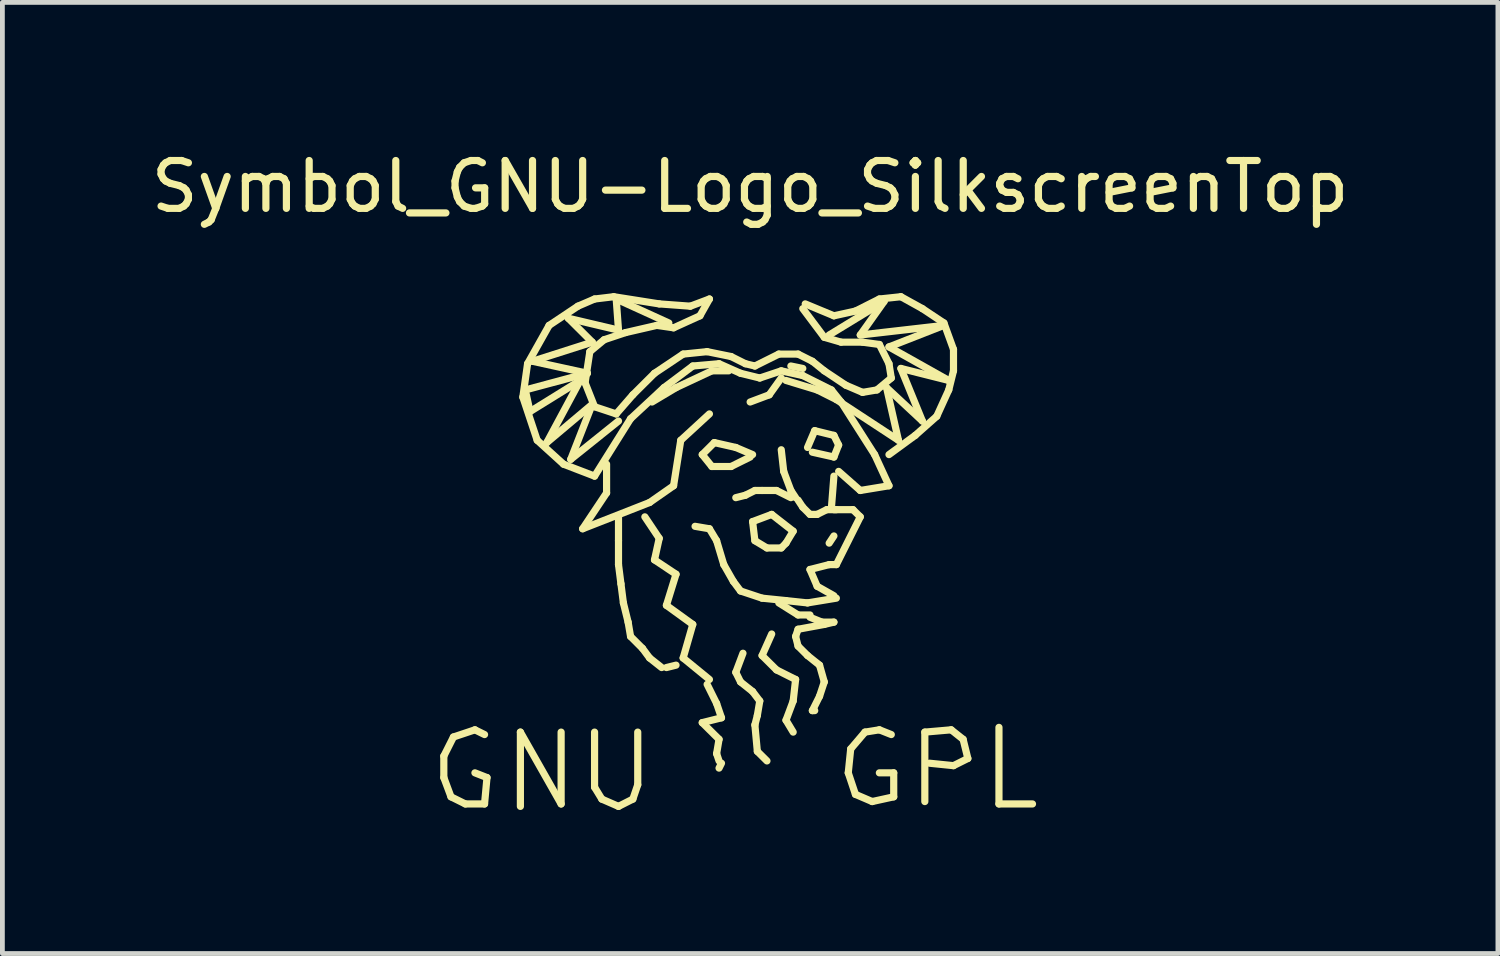
<source format=kicad_pcb>
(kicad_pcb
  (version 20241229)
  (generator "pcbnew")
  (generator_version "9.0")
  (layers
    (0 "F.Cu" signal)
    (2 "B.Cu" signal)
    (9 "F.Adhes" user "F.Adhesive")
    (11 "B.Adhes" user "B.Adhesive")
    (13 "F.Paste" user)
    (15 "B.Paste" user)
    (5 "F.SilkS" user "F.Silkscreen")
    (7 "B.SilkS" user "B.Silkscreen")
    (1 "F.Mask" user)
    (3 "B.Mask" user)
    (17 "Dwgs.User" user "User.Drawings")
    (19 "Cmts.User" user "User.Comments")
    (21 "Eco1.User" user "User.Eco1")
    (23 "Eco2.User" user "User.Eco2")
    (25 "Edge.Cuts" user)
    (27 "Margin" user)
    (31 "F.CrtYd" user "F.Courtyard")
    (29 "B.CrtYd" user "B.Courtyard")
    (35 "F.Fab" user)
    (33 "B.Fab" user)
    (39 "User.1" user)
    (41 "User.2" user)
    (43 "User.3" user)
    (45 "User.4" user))
  (footprint "Symbol_GNU-Logo_SilkscreenTop"
    (layer "F.Cu")
    (at 12.625 6.899)
    (property "Reference" "Symbol_GNU-Logo_SilkscreenTop" (at 0 -6.05 0) (layer "F.SilkS") (effects (font (size 1 1) (thickness 0.15))))
    (attr exclude_from_pos_files exclude_from_bom)
    (fp_line (start -6.401 5.85) (end -6.401 6.299) (stroke (width 0.15) (type solid)) (layer "F.SilkS"))
    (fp_line (start -6.401 6.299) (end -6.251 6.701) (stroke (width 0.15) (type solid)) (layer "F.SilkS"))
    (fp_line (start -6.251 6.701) (end -5.951 6.85) (stroke (width 0.15) (type solid)) (layer "F.SilkS"))
    (fp_line (start -6.2 5.451) (end -6.401 5.85) (stroke (width 0.15) (type solid)) (layer "F.SilkS"))
    (fp_line (start -5.951 6.85) (end -5.55 6.85) (stroke (width 0.15) (type solid)) (layer "F.SilkS"))
    (fp_line (start -5.751 5.301) (end -6.2 5.451) (stroke (width 0.15) (type solid)) (layer "F.SilkS"))
    (fp_line (start -5.55 5.4) (end -5.751 5.301) (stroke (width 0.15) (type solid)) (layer "F.SilkS"))
    (fp_line (start -5.55 6.85) (end -5.499 6.299) (stroke (width 0.15) (type solid)) (layer "F.SilkS"))
    (fp_line (start -5.499 6.299) (end -5.751 6.2) (stroke (width 0.15) (type solid)) (layer "F.SilkS"))
    (fp_line (start -4.801 5.349) (end -3.95 6.85) (stroke (width 0.15) (type solid)) (layer "F.SilkS"))
    (fp_line (start -4.801 6.901) (end -4.801 5.349) (stroke (width 0.15) (type solid)) (layer "F.SilkS"))
    (fp_line (start -4.75 -1.651) (end -4.45 -0.749) (stroke (width 0.15) (type solid)) (layer "F.SilkS"))
    (fp_line (start -4.699 -1.801) (end -3.401 -2.149) (stroke (width 0.15) (type solid)) (layer "F.SilkS"))
    (fp_line (start -4.651 -2.349) (end -4.75 -1.651) (stroke (width 0.15) (type solid)) (layer "F.SilkS"))
    (fp_line (start -4.6 -1.349) (end -4.699 -1.801) (stroke (width 0.15) (type solid)) (layer "F.SilkS"))
    (fp_line (start -4.549 -2.4) (end -3.299 -2.799) (stroke (width 0.15) (type solid)) (layer "F.SilkS"))
    (fp_line (start -4.45 -0.749) (end -3.899 -0.249) (stroke (width 0.15) (type solid)) (layer "F.SilkS"))
    (fp_line (start -4.249 -0.701) (end -3.551 -1.999) (stroke (width 0.15) (type solid)) (layer "F.SilkS"))
    (fp_line (start -4.201 -3.15) (end -4.651 -2.349) (stroke (width 0.15) (type solid)) (layer "F.SilkS"))
    (fp_line (start -3.95 6.85) (end -3.95 5.349) (stroke (width 0.15) (type solid)) (layer "F.SilkS"))
    (fp_line (start -3.899 -0.249) (end -3.251 0) (stroke (width 0.15) (type solid)) (layer "F.SilkS"))
    (fp_line (start -3.8 -3.299) (end -2.751 -3.051) (stroke (width 0.15) (type solid)) (layer "F.SilkS"))
    (fp_line (start -3.749 -0.351) (end -3.299 -1.501) (stroke (width 0.15) (type solid)) (layer "F.SilkS"))
    (fp_line (start -3.599 -3.551) (end -4.201 -3.15) (stroke (width 0.15) (type solid)) (layer "F.SilkS"))
    (fp_line (start -3.551 -1.999) (end -4.6 -1.349) (stroke (width 0.15) (type solid)) (layer "F.SilkS"))
    (fp_line (start -3.5 1.1) (end -2.101 0.551) (stroke (width 0.15) (type solid)) (layer "F.SilkS"))
    (fp_line (start -3.449 -1.951) (end -3.35 -2.601) (stroke (width 0.15) (type solid)) (layer "F.SilkS"))
    (fp_line (start -3.401 -2.149) (end -4.549 -2.4) (stroke (width 0.15) (type solid)) (layer "F.SilkS"))
    (fp_line (start -3.35 -2.601) (end -3.051 -2.85) (stroke (width 0.15) (type solid)) (layer "F.SilkS"))
    (fp_line (start -3.299 -2.799) (end -3.8 -3.299) (stroke (width 0.15) (type solid)) (layer "F.SilkS"))
    (fp_line (start -3.299 -1.501) (end -4.249 -0.701) (stroke (width 0.15) (type solid)) (layer "F.SilkS"))
    (fp_line (start -3.251 -3.701) (end -3.599 -3.551) (stroke (width 0.15) (type solid)) (layer "F.SilkS"))
    (fp_line (start -3.251 -1.45) (end -3.449 -1.951) (stroke (width 0.15) (type solid)) (layer "F.SilkS"))
    (fp_line (start -3.251 0) (end -2.499 -1.199) (stroke (width 0.15) (type solid)) (layer "F.SilkS"))
    (fp_line (start -3.251 5.349) (end -3.251 6.5) (stroke (width 0.15) (type solid)) (layer "F.SilkS"))
    (fp_line (start -3.251 6.5) (end -3.099 6.749) (stroke (width 0.15) (type solid)) (layer "F.SilkS"))
    (fp_line (start -3.099 6.749) (end -2.751 6.901) (stroke (width 0.15) (type solid)) (layer "F.SilkS"))
    (fp_line (start -3.051 -2.85) (end -2.601 -3) (stroke (width 0.15) (type solid)) (layer "F.SilkS"))
    (fp_line (start -3 -0.249) (end -3 0.351) (stroke (width 0.15) (type solid)) (layer "F.SilkS"))
    (fp_line (start -3 0.351) (end -3.5 1.1) (stroke (width 0.15) (type solid)) (layer "F.SilkS"))
    (fp_line (start -2.85 -3.749) (end -3.251 -3.701) (stroke (width 0.15) (type solid)) (layer "F.SilkS"))
    (fp_line (start -2.799 -3.701) (end -1.699 -3.2) (stroke (width 0.15) (type solid)) (layer "F.SilkS"))
    (fp_line (start -2.799 -1.3) (end -3.251 -1.45) (stroke (width 0.15) (type solid)) (layer "F.SilkS"))
    (fp_line (start -2.751 -3.051) (end -2.799 -3.701) (stroke (width 0.15) (type solid)) (layer "F.SilkS"))
    (fp_line (start -2.751 -1.151) (end -3.749 -0.351) (stroke (width 0.15) (type solid)) (layer "F.SilkS"))
    (fp_line (start -2.751 1.349) (end -2.751 0.851) (stroke (width 0.15) (type solid)) (layer "F.SilkS"))
    (fp_line (start -2.751 1.849) (end -2.751 1.349) (stroke (width 0.15) (type solid)) (layer "F.SilkS"))
    (fp_line (start -2.751 6.901) (end -2.451 6.749) (stroke (width 0.15) (type solid)) (layer "F.SilkS"))
    (fp_line (start -2.7 2.25) (end -2.751 1.849) (stroke (width 0.15) (type solid)) (layer "F.SilkS"))
    (fp_line (start -2.649 2.649) (end -2.7 2.25) (stroke (width 0.15) (type solid)) (layer "F.SilkS"))
    (fp_line (start -2.601 -3) (end -1.951 -3.15) (stroke (width 0.15) (type solid)) (layer "F.SilkS"))
    (fp_line (start -2.55 3.051) (end -2.649 2.649) (stroke (width 0.15) (type solid)) (layer "F.SilkS"))
    (fp_line (start -2.499 -1.199) (end -1.801 -1.849) (stroke (width 0.15) (type solid)) (layer "F.SilkS"))
    (fp_line (start -2.499 3.35) (end -2.55 3.051) (stroke (width 0.15) (type solid)) (layer "F.SilkS"))
    (fp_line (start -2.451 -1.699) (end -2.799 -1.3) (stroke (width 0.15) (type solid)) (layer "F.SilkS"))
    (fp_line (start -2.451 6.749) (end -2.349 6.449) (stroke (width 0.15) (type solid)) (layer "F.SilkS"))
    (fp_line (start -2.349 6.449) (end -2.349 5.349) (stroke (width 0.15) (type solid)) (layer "F.SilkS"))
    (fp_line (start -2.25 3.599) (end -2.499 3.35) (stroke (width 0.15) (type solid)) (layer "F.SilkS"))
    (fp_line (start -2.2 0.851) (end -1.9 1.3) (stroke (width 0.15) (type solid)) (layer "F.SilkS"))
    (fp_line (start -2.101 0.551) (end -1.6 0.201) (stroke (width 0.15) (type solid)) (layer "F.SilkS"))
    (fp_line (start -2.101 3.8) (end -2.25 3.599) (stroke (width 0.15) (type solid)) (layer "F.SilkS"))
    (fp_line (start -2.05 -1.549) (end -1.549 -1.849) (stroke (width 0.15) (type solid)) (layer "F.SilkS"))
    (fp_line (start -1.999 -2.149) (end -2.451 -1.699) (stroke (width 0.15) (type solid)) (layer "F.SilkS"))
    (fp_line (start -1.999 1.75) (end -1.549 2.05) (stroke (width 0.15) (type solid)) (layer "F.SilkS"))
    (fp_line (start -1.951 -3.15) (end -1.6 -3.099) (stroke (width 0.15) (type solid)) (layer "F.SilkS"))
    (fp_line (start -1.9 -3.599) (end -2.85 -3.749) (stroke (width 0.15) (type solid)) (layer "F.SilkS"))
    (fp_line (start -1.9 1.3) (end -1.999 1.75) (stroke (width 0.15) (type solid)) (layer "F.SilkS"))
    (fp_line (start -1.849 4) (end -2.101 3.8) (stroke (width 0.15) (type solid)) (layer "F.SilkS"))
    (fp_line (start -1.801 -1.849) (end -1.199 -2.301) (stroke (width 0.15) (type solid)) (layer "F.SilkS"))
    (fp_line (start -1.75 2.7) (end -1.199 3.099) (stroke (width 0.15) (type solid)) (layer "F.SilkS"))
    (fp_line (start -1.75 4) (end -1.549 3.95) (stroke (width 0.15) (type solid)) (layer "F.SilkS"))
    (fp_line (start -1.6 -3.099) (end -1.049 -3.35) (stroke (width 0.15) (type solid)) (layer "F.SilkS"))
    (fp_line (start -1.6 0.201) (end -1.45 -0.749) (stroke (width 0.15) (type solid)) (layer "F.SilkS"))
    (fp_line (start -1.549 -1.849) (end -0.8 -2.2) (stroke (width 0.15) (type solid)) (layer "F.SilkS"))
    (fp_line (start -1.549 2.05) (end -1.75 2.7) (stroke (width 0.15) (type solid)) (layer "F.SilkS"))
    (fp_line (start -1.45 -0.749) (end -0.851 -1.3) (stroke (width 0.15) (type solid)) (layer "F.SilkS"))
    (fp_line (start -1.4 -2.55) (end -1.999 -2.149) (stroke (width 0.15) (type solid)) (layer "F.SilkS"))
    (fp_line (start -1.4 3.8) (end -0.851 4.249) (stroke (width 0.15) (type solid)) (layer "F.SilkS"))
    (fp_line (start -1.25 -3.551) (end -1.9 -3.599) (stroke (width 0.15) (type solid)) (layer "F.SilkS"))
    (fp_line (start -1.199 -2.301) (end -0.65 -2.349) (stroke (width 0.15) (type solid)) (layer "F.SilkS"))
    (fp_line (start -1.199 3.099) (end -1.4 3.8) (stroke (width 0.15) (type solid)) (layer "F.SilkS"))
    (fp_line (start -1.049 -3.35) (end -0.851 -3.701) (stroke (width 0.15) (type solid)) (layer "F.SilkS"))
    (fp_line (start -1.001 -0.45) (end -0.8 -0.201) (stroke (width 0.15) (type solid)) (layer "F.SilkS"))
    (fp_line (start -1.001 5.151) (end -0.65 5.499) (stroke (width 0.15) (type solid)) (layer "F.SilkS"))
    (fp_line (start -0.899 -2.601) (end -1.4 -2.55) (stroke (width 0.15) (type solid)) (layer "F.SilkS"))
    (fp_line (start -0.899 4.351) (end -0.701 4.75) (stroke (width 0.15) (type solid)) (layer "F.SilkS"))
    (fp_line (start -0.851 -3.701) (end -1.25 -3.551) (stroke (width 0.15) (type solid)) (layer "F.SilkS"))
    (fp_line (start -0.851 1.1) (end -1.151 1.049) (stroke (width 0.15) (type solid)) (layer "F.SilkS"))
    (fp_line (start -0.8 -2.2) (end -0.45 -2.2) (stroke (width 0.15) (type solid)) (layer "F.SilkS"))
    (fp_line (start -0.8 -0.201) (end -0.399 -0.201) (stroke (width 0.15) (type solid)) (layer "F.SilkS"))
    (fp_line (start -0.749 -0.701) (end -1.001 -0.45) (stroke (width 0.15) (type solid)) (layer "F.SilkS"))
    (fp_line (start -0.701 1.349) (end -0.851 1.1) (stroke (width 0.15) (type solid)) (layer "F.SilkS"))
    (fp_line (start -0.701 4.75) (end -0.599 5.05) (stroke (width 0.15) (type solid)) (layer "F.SilkS"))
    (fp_line (start -0.701 5.799) (end -0.65 5.951) (stroke (width 0.15) (type solid)) (layer "F.SilkS"))
    (fp_line (start -0.65 -2.349) (end -0.201 -2.149) (stroke (width 0.15) (type solid)) (layer "F.SilkS"))
    (fp_line (start -0.65 5.499) (end -0.701 5.799) (stroke (width 0.15) (type solid)) (layer "F.SilkS"))
    (fp_line (start -0.599 5.05) (end -1.001 5.151) (stroke (width 0.15) (type solid)) (layer "F.SilkS"))
    (fp_line (start -0.599 5.999) (end -0.65 6.101) (stroke (width 0.15) (type solid)) (layer "F.SilkS"))
    (fp_line (start -0.551 1.849) (end -0.701 1.349) (stroke (width 0.15) (type solid)) (layer "F.SilkS"))
    (fp_line (start -0.399 -2.499) (end -0.899 -2.601) (stroke (width 0.15) (type solid)) (layer "F.SilkS"))
    (fp_line (start -0.399 -0.201) (end 0 -0.399) (stroke (width 0.15) (type solid)) (layer "F.SilkS"))
    (fp_line (start -0.351 2.2) (end -0.551 1.849) (stroke (width 0.15) (type solid)) (layer "F.SilkS"))
    (fp_line (start -0.3 -0.599) (end -0.749 -0.701) (stroke (width 0.15) (type solid)) (layer "F.SilkS"))
    (fp_line (start -0.3 4.1) (end -0.201 4.3) (stroke (width 0.15) (type solid)) (layer "F.SilkS"))
    (fp_line (start -0.201 -2.149) (end 0.201 -2.05) (stroke (width 0.15) (type solid)) (layer "F.SilkS"))
    (fp_line (start -0.201 2.4) (end -0.351 2.2) (stroke (width 0.15) (type solid)) (layer "F.SilkS"))
    (fp_line (start -0.201 4.3) (end 0.051 4.501) (stroke (width 0.15) (type solid)) (layer "F.SilkS"))
    (fp_line (start -0.15 3.701) (end -0.3 4.1) (stroke (width 0.15) (type solid)) (layer "F.SilkS"))
    (fp_line (start -0.099 -2.349) (end -0.399 -2.499) (stroke (width 0.15) (type solid)) (layer "F.SilkS"))
    (fp_line (start -0.099 0.399) (end -0.3 0.45) (stroke (width 0.15) (type solid)) (layer "F.SilkS"))
    (fp_line (start 0 -1.549) (end 0.399 -1.699) (stroke (width 0.15) (type solid)) (layer "F.SilkS"))
    (fp_line (start 0.051 -0.45) (end -0.3 -0.599) (stroke (width 0.15) (type solid)) (layer "F.SilkS"))
    (fp_line (start 0.051 0.95) (end 0.099 1.349) (stroke (width 0.15) (type solid)) (layer "F.SilkS"))
    (fp_line (start 0.051 4.501) (end 0.201 4.699) (stroke (width 0.15) (type solid)) (layer "F.SilkS"))
    (fp_line (start 0.099 -2.301) (end -0.099 -2.349) (stroke (width 0.15) (type solid)) (layer "F.SilkS"))
    (fp_line (start 0.099 0.3) (end -0.099 0.399) (stroke (width 0.15) (type solid)) (layer "F.SilkS"))
    (fp_line (start 0.099 1.349) (end 0.351 1.501) (stroke (width 0.15) (type solid)) (layer "F.SilkS"))
    (fp_line (start 0.099 5.199) (end 0.15 5.751) (stroke (width 0.15) (type solid)) (layer "F.SilkS"))
    (fp_line (start 0.15 5.001) (end 0.099 5.199) (stroke (width 0.15) (type solid)) (layer "F.SilkS"))
    (fp_line (start 0.15 5.751) (end 0.351 5.951) (stroke (width 0.15) (type solid)) (layer "F.SilkS"))
    (fp_line (start 0.201 -2.05) (end 0.65 -2.2) (stroke (width 0.15) (type solid)) (layer "F.SilkS"))
    (fp_line (start 0.201 4.699) (end 0.15 5.001) (stroke (width 0.15) (type solid)) (layer "F.SilkS"))
    (fp_line (start 0.249 0.3) (end 0.099 0.3) (stroke (width 0.15) (type solid)) (layer "F.SilkS"))
    (fp_line (start 0.249 2.55) (end -0.201 2.4) (stroke (width 0.15) (type solid)) (layer "F.SilkS"))
    (fp_line (start 0.249 3.749) (end 0.551 4.049) (stroke (width 0.15) (type solid)) (layer "F.SilkS"))
    (fp_line (start 0.351 1.501) (end 0.65 1.501) (stroke (width 0.15) (type solid)) (layer "F.SilkS"))
    (fp_line (start 0.399 -1.699) (end 0.65 -2.05) (stroke (width 0.15) (type solid)) (layer "F.SilkS"))
    (fp_line (start 0.45 0.8) (end 0.051 0.95) (stroke (width 0.15) (type solid)) (layer "F.SilkS"))
    (fp_line (start 0.45 3.299) (end 0.249 3.749) (stroke (width 0.15) (type solid)) (layer "F.SilkS"))
    (fp_line (start 0.551 0.3) (end 0.249 0.3) (stroke (width 0.15) (type solid)) (layer "F.SilkS"))
    (fp_line (start 0.551 4.049) (end 0.95 4.249) (stroke (width 0.15) (type solid)) (layer "F.SilkS"))
    (fp_line (start 0.599 -2.55) (end 0.099 -2.301) (stroke (width 0.15) (type solid)) (layer "F.SilkS"))
    (fp_line (start 0.599 2.649) (end 1.001 2.901) (stroke (width 0.15) (type solid)) (layer "F.SilkS"))
    (fp_line (start 0.65 -2.2) (end 1.1 -2.101) (stroke (width 0.15) (type solid)) (layer "F.SilkS"))
    (fp_line (start 0.65 -0.551) (end 0.701 -0.099) (stroke (width 0.15) (type solid)) (layer "F.SilkS"))
    (fp_line (start 0.65 1.501) (end 0.749 1.4) (stroke (width 0.15) (type solid)) (layer "F.SilkS"))
    (fp_line (start 0.701 -0.099) (end 0.851 0.3) (stroke (width 0.15) (type solid)) (layer "F.SilkS"))
    (fp_line (start 0.749 -1.999) (end 1.4 -1.801) (stroke (width 0.15) (type solid)) (layer "F.SilkS"))
    (fp_line (start 0.749 1.4) (end 0.899 1.151) (stroke (width 0.15) (type solid)) (layer "F.SilkS"))
    (fp_line (start 0.749 2.601) (end 0.249 2.55) (stroke (width 0.15) (type solid)) (layer "F.SilkS"))
    (fp_line (start 0.749 5.1) (end 0.899 5.349) (stroke (width 0.15) (type solid)) (layer "F.SilkS"))
    (fp_line (start 0.851 -2.301) (end 1.1 -2.25) (stroke (width 0.15) (type solid)) (layer "F.SilkS"))
    (fp_line (start 0.851 0.3) (end 0.95 0.45) (stroke (width 0.15) (type solid)) (layer "F.SilkS"))
    (fp_line (start 0.851 0.45) (end 0.551 0.3) (stroke (width 0.15) (type solid)) (layer "F.SilkS"))
    (fp_line (start 0.899 1.151) (end 0.45 0.8) (stroke (width 0.15) (type solid)) (layer "F.SilkS"))
    (fp_line (start 0.899 4.699) (end 0.749 5.1) (stroke (width 0.15) (type solid)) (layer "F.SilkS"))
    (fp_line (start 0.95 3.35) (end 1.001 3.551) (stroke (width 0.15) (type solid)) (layer "F.SilkS"))
    (fp_line (start 0.95 4.249) (end 0.899 4.699) (stroke (width 0.15) (type solid)) (layer "F.SilkS"))
    (fp_line (start 1.001 -2.55) (end 0.599 -2.55) (stroke (width 0.15) (type solid)) (layer "F.SilkS"))
    (fp_line (start 1.001 0.5) (end 1.1 0.65) (stroke (width 0.15) (type solid)) (layer "F.SilkS"))
    (fp_line (start 1.001 2.901) (end 1.25 2.901) (stroke (width 0.15) (type solid)) (layer "F.SilkS"))
    (fp_line (start 1.001 3.2) (end 0.95 3.35) (stroke (width 0.15) (type solid)) (layer "F.SilkS"))
    (fp_line (start 1.001 3.551) (end 1.199 3.749) (stroke (width 0.15) (type solid)) (layer "F.SilkS"))
    (fp_line (start 1.1 -3.5) (end 1.549 -2.901) (stroke (width 0.15) (type solid)) (layer "F.SilkS"))
    (fp_line (start 1.1 -2.101) (end 1.699 -1.801) (stroke (width 0.15) (type solid)) (layer "F.SilkS"))
    (fp_line (start 1.1 0.65) (end 1.25 0.8) (stroke (width 0.15) (type solid)) (layer "F.SilkS"))
    (fp_line (start 1.151 -3.599) (end 1.75 -3.35) (stroke (width 0.15) (type solid)) (layer "F.SilkS"))
    (fp_line (start 1.199 -0.599) (end 1.349 -0.95) (stroke (width 0.15) (type solid)) (layer "F.SilkS"))
    (fp_line (start 1.199 2.649) (end 0.749 2.601) (stroke (width 0.15) (type solid)) (layer "F.SilkS"))
    (fp_line (start 1.199 3.749) (end 1.45 3.95) (stroke (width 0.15) (type solid)) (layer "F.SilkS"))
    (fp_line (start 1.25 0.8) (end 1.4 0.8) (stroke (width 0.15) (type solid)) (layer "F.SilkS"))
    (fp_line (start 1.25 1.951) (end 1.4 2.301) (stroke (width 0.15) (type solid)) (layer "F.SilkS"))
    (fp_line (start 1.25 2.949) (end 1.501 3.051) (stroke (width 0.15) (type solid)) (layer "F.SilkS"))
    (fp_line (start 1.3 -2.4) (end 1.001 -2.55) (stroke (width 0.15) (type solid)) (layer "F.SilkS"))
    (fp_line (start 1.3 4.9) (end 1.349 4.9) (stroke (width 0.15) (type solid)) (layer "F.SilkS"))
    (fp_line (start 1.349 -0.95) (end 1.75 -0.851) (stroke (width 0.15) (type solid)) (layer "F.SilkS"))
    (fp_line (start 1.4 -1.801) (end 1.801 -1.6) (stroke (width 0.15) (type solid)) (layer "F.SilkS"))
    (fp_line (start 1.4 0.8) (end 1.6 0.701) (stroke (width 0.15) (type solid)) (layer "F.SilkS"))
    (fp_line (start 1.4 2.301) (end 1.75 2.499) (stroke (width 0.15) (type solid)) (layer "F.SilkS"))
    (fp_line (start 1.45 3.95) (end 1.549 4.3) (stroke (width 0.15) (type solid)) (layer "F.SilkS"))
    (fp_line (start 1.45 4.6) (end 1.3 4.9) (stroke (width 0.15) (type solid)) (layer "F.SilkS"))
    (fp_line (start 1.501 3.051) (end 1.75 3.051) (stroke (width 0.15) (type solid)) (layer "F.SilkS"))
    (fp_line (start 1.549 -2.901) (end 1.9 -2.799) (stroke (width 0.15) (type solid)) (layer "F.SilkS"))
    (fp_line (start 1.549 -2.2) (end 1.3 -2.4) (stroke (width 0.15) (type solid)) (layer "F.SilkS"))
    (fp_line (start 1.549 3.099) (end 1.001 3.2) (stroke (width 0.15) (type solid)) (layer "F.SilkS"))
    (fp_line (start 1.549 4.3) (end 1.45 4.6) (stroke (width 0.15) (type solid)) (layer "F.SilkS"))
    (fp_line (start 1.6 0.701) (end 1.801 0.701) (stroke (width 0.15) (type solid)) (layer "F.SilkS"))
    (fp_line (start 1.651 1.849) (end 1.25 1.951) (stroke (width 0.15) (type solid)) (layer "F.SilkS"))
    (fp_line (start 1.699 -1.801) (end 1.9 -1.549) (stroke (width 0.15) (type solid)) (layer "F.SilkS"))
    (fp_line (start 1.75 -3.35) (end 2.2 -3.449) (stroke (width 0.15) (type solid)) (layer "F.SilkS"))
    (fp_line (start 1.75 -0.851) (end 1.849 -0.65) (stroke (width 0.15) (type solid)) (layer "F.SilkS"))
    (fp_line (start 1.75 -0.399) (end 1.3 -0.5) (stroke (width 0.15) (type solid)) (layer "F.SilkS"))
    (fp_line (start 1.75 0) (end 1.699 0.65) (stroke (width 0.15) (type solid)) (layer "F.SilkS"))
    (fp_line (start 1.75 0.701) (end 2.149 0.701) (stroke (width 0.15) (type solid)) (layer "F.SilkS"))
    (fp_line (start 1.75 1.25) (end 1.651 1.4) (stroke (width 0.15) (type solid)) (layer "F.SilkS"))
    (fp_line (start 1.75 3.051) (end 1.549 3.099) (stroke (width 0.15) (type solid)) (layer "F.SilkS"))
    (fp_line (start 1.801 -1.6) (end 3.099 -0.749) (stroke (width 0.15) (type solid)) (layer "F.SilkS"))
    (fp_line (start 1.801 1.849) (end 1.651 1.849) (stroke (width 0.15) (type solid)) (layer "F.SilkS"))
    (fp_line (start 1.801 2.55) (end 1.199 2.649) (stroke (width 0.15) (type solid)) (layer "F.SilkS"))
    (fp_line (start 1.849 -0.65) (end 1.75 -0.399) (stroke (width 0.15) (type solid)) (layer "F.SilkS"))
    (fp_line (start 1.9 -2.799) (end 2.349 -2.799) (stroke (width 0.15) (type solid)) (layer "F.SilkS"))
    (fp_line (start 1.9 -1.549) (end 2.601 -0.45) (stroke (width 0.15) (type solid)) (layer "F.SilkS"))
    (fp_line (start 1.999 -1.9) (end 1.549 -2.2) (stroke (width 0.15) (type solid)) (layer "F.SilkS"))
    (fp_line (start 2.05 6.2) (end 2.2 6.65) (stroke (width 0.15) (type solid)) (layer "F.SilkS"))
    (fp_line (start 2.101 5.7) (end 2.05 6.2) (stroke (width 0.15) (type solid)) (layer "F.SilkS"))
    (fp_line (start 2.149 0.701) (end 2.301 0.851) (stroke (width 0.15) (type solid)) (layer "F.SilkS"))
    (fp_line (start 2.2 -3.449) (end 2.7 -3.701) (stroke (width 0.15) (type solid)) (layer "F.SilkS"))
    (fp_line (start 2.2 6.65) (end 2.55 6.8) (stroke (width 0.15) (type solid)) (layer "F.SilkS"))
    (fp_line (start 2.301 -2.949) (end 2.799 -3.65) (stroke (width 0.15) (type solid)) (layer "F.SilkS"))
    (fp_line (start 2.301 0.3) (end 1.849 -0.099) (stroke (width 0.15) (type solid)) (layer "F.SilkS"))
    (fp_line (start 2.301 0.851) (end 1.801 1.849) (stroke (width 0.15) (type solid)) (layer "F.SilkS"))
    (fp_line (start 2.349 -2.799) (end 2.7 -2.751) (stroke (width 0.15) (type solid)) (layer "F.SilkS"))
    (fp_line (start 2.349 -1.75) (end 1.999 -1.9) (stroke (width 0.15) (type solid)) (layer "F.SilkS"))
    (fp_line (start 2.4 5.349) (end 2.101 5.7) (stroke (width 0.15) (type solid)) (layer "F.SilkS"))
    (fp_line (start 2.55 6.8) (end 3 6.701) (stroke (width 0.15) (type solid)) (layer "F.SilkS"))
    (fp_line (start 2.601 -0.45) (end 2.901 0.201) (stroke (width 0.15) (type solid)) (layer "F.SilkS"))
    (fp_line (start 2.649 -1.801) (end 2.349 -1.75) (stroke (width 0.15) (type solid)) (layer "F.SilkS"))
    (fp_line (start 2.7 -3.701) (end 3.15 -3.749) (stroke (width 0.15) (type solid)) (layer "F.SilkS"))
    (fp_line (start 2.7 -2.751) (end 2.901 -2.349) (stroke (width 0.15) (type solid)) (layer "F.SilkS"))
    (fp_line (start 2.7 5.301) (end 2.4 5.349) (stroke (width 0.15) (type solid)) (layer "F.SilkS"))
    (fp_line (start 2.799 -3.65) (end 1.651 -2.949) (stroke (width 0.15) (type solid)) (layer "F.SilkS"))
    (fp_line (start 2.85 -1.849) (end 3.599 -1.151) (stroke (width 0.15) (type solid)) (layer "F.SilkS"))
    (fp_line (start 2.901 -2.7) (end 4.049 -3.15) (stroke (width 0.15) (type solid)) (layer "F.SilkS"))
    (fp_line (start 2.901 -2.349) (end 2.949 -2.05) (stroke (width 0.15) (type solid)) (layer "F.SilkS"))
    (fp_line (start 2.901 0.201) (end 2.301 0.3) (stroke (width 0.15) (type solid)) (layer "F.SilkS"))
    (fp_line (start 2.949 -2.05) (end 2.649 -1.801) (stroke (width 0.15) (type solid)) (layer "F.SilkS"))
    (fp_line (start 2.949 5.4) (end 2.7 5.301) (stroke (width 0.15) (type solid)) (layer "F.SilkS"))
    (fp_line (start 3 6.2) (end 2.7 6.2) (stroke (width 0.15) (type solid)) (layer "F.SilkS"))
    (fp_line (start 3 6.701) (end 3 6.2) (stroke (width 0.15) (type solid)) (layer "F.SilkS"))
    (fp_line (start 3.099 -0.749) (end 2.85 -1.849) (stroke (width 0.15) (type solid)) (layer "F.SilkS"))
    (fp_line (start 3.15 -3.749) (end 3.599 -3.5) (stroke (width 0.15) (type solid)) (layer "F.SilkS"))
    (fp_line (start 3.15 -2.25) (end 4.15 -1.999) (stroke (width 0.15) (type solid)) (layer "F.SilkS"))
    (fp_line (start 3.449 -0.851) (end 2.901 -0.45) (stroke (width 0.15) (type solid)) (layer "F.SilkS"))
    (fp_line (start 3.599 -3.5) (end 4.049 -3.2) (stroke (width 0.15) (type solid)) (layer "F.SilkS"))
    (fp_line (start 3.599 -1.151) (end 3.15 -2.25) (stroke (width 0.15) (type solid)) (layer "F.SilkS"))
    (fp_line (start 3.65 5.349) (end 4.201 5.301) (stroke (width 0.15) (type solid)) (layer "F.SilkS"))
    (fp_line (start 3.65 6.8) (end 3.65 5.349) (stroke (width 0.15) (type solid)) (layer "F.SilkS"))
    (fp_line (start 3.899 -1.25) (end 3.449 -0.851) (stroke (width 0.15) (type solid)) (layer "F.SilkS"))
    (fp_line (start 4.049 -3.2) (end 4.249 -2.649) (stroke (width 0.15) (type solid)) (layer "F.SilkS"))
    (fp_line (start 4.049 -3.15) (end 2.301 -2.949) (stroke (width 0.15) (type solid)) (layer "F.SilkS"))
    (fp_line (start 4.15 -1.999) (end 2.901 -2.7) (stroke (width 0.15) (type solid)) (layer "F.SilkS"))
    (fp_line (start 4.15 -1.801) (end 3.899 -1.25) (stroke (width 0.15) (type solid)) (layer "F.SilkS"))
    (fp_line (start 4.201 5.301) (end 4.45 5.499) (stroke (width 0.15) (type solid)) (layer "F.SilkS"))
    (fp_line (start 4.249 -2.649) (end 4.249 -2.2) (stroke (width 0.15) (type solid)) (layer "F.SilkS"))
    (fp_line (start 4.249 -2.2) (end 4.15 -1.801) (stroke (width 0.15) (type solid)) (layer "F.SilkS"))
    (fp_line (start 4.249 6.05) (end 3.749 5.999) (stroke (width 0.15) (type solid)) (layer "F.SilkS"))
    (fp_line (start 4.45 5.499) (end 4.549 5.9) (stroke (width 0.15) (type solid)) (layer "F.SilkS"))
    (fp_line (start 4.549 5.9) (end 4.249 6.05) (stroke (width 0.15) (type solid)) (layer "F.SilkS"))
    (fp_line (start 5.199 5.25) (end 5.199 6.85) (stroke (width 0.15) (type solid)) (layer "F.SilkS"))
    (fp_line (start 5.199 6.85) (end 5.9 6.85) (stroke (width 0.15) (type solid)) (layer "F.SilkS")))
  (gr_rect
    (start -3 -3)
    (end 28.25 16.875)
    (stroke (width 0.1) (type default))
    (fill no)
    (layer "Edge.Cuts")))
</source>
